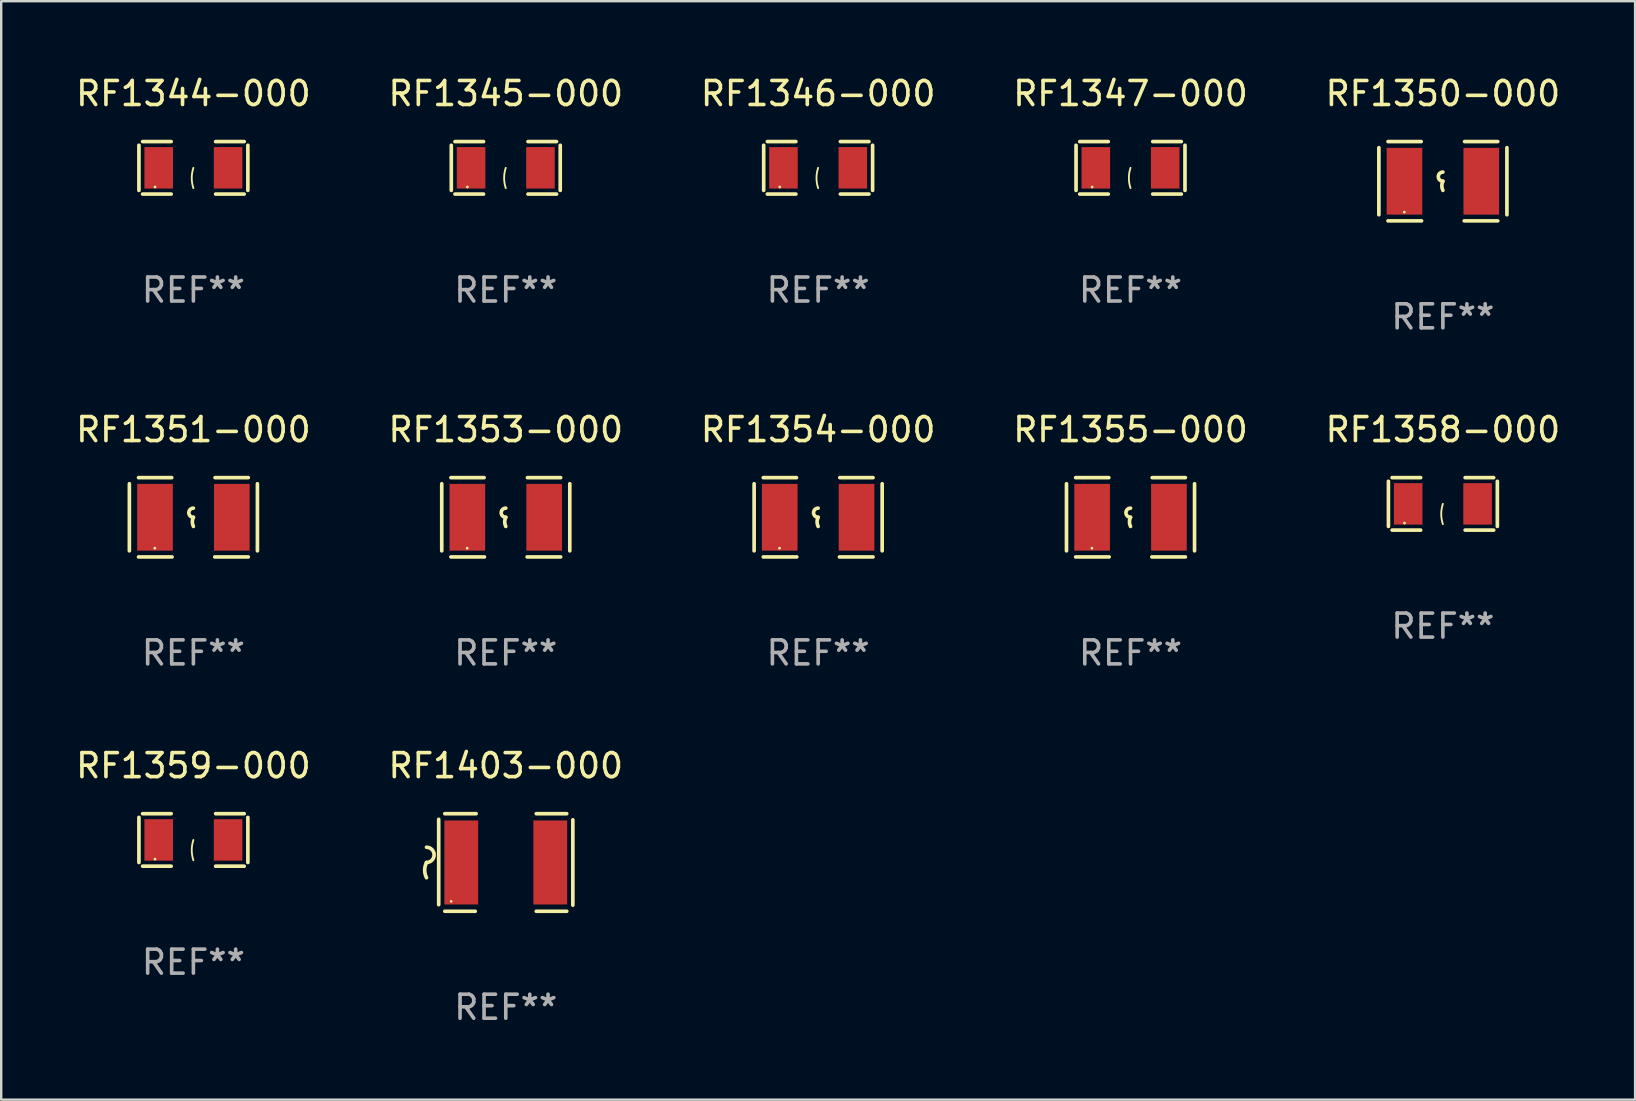
<source format=kicad_pcb>
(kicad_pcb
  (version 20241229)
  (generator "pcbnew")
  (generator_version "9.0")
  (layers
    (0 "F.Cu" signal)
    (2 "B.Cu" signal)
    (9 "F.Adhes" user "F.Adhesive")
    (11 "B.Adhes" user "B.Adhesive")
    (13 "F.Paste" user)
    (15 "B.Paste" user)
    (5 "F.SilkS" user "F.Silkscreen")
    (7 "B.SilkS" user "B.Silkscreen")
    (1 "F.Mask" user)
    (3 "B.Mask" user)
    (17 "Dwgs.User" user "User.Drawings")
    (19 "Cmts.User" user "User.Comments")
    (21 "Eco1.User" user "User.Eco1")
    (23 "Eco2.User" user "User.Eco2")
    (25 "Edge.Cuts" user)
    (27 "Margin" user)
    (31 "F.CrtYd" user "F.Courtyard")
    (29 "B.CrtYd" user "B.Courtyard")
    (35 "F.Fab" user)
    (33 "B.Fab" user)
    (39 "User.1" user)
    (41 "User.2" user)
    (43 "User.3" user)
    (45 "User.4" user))
  (footprint "RF1345-000"
    (layer "F.Cu")
    (at 18.018 3.941)
    (property "Reference" "RF1345-000" (at 0 -3.093 0) (layer "F.SilkS") (effects (font (size 1 1) (thickness 0.15))))
    (attr through_hole)
    (fp_line (start -2.269 -0.94) (end -2.269 0.94) (stroke (width 0.152) (type solid)) (layer "F.SilkS"))
    (fp_line (start -2.116 1.093) (end -0.926 1.093) (stroke (width 0.152) (type solid)) (layer "F.SilkS"))
    (fp_line (start -0.926 -1.093) (end -2.116 -1.093) (stroke (width 0.152) (type solid)) (layer "F.SilkS"))
    (fp_line (start 0.926 -1.093) (end 2.116 -1.093) (stroke (width 0.152) (type solid)) (layer "F.SilkS"))
    (fp_line (start 2.116 1.093) (end 0.926 1.093) (stroke (width 0.152) (type solid)) (layer "F.SilkS"))
    (fp_line (start 2.269 -0.94) (end 2.269 0.94) (stroke (width 0.152) (type solid)) (layer "F.SilkS"))
    (fp_arc (start 0 0.844951) (mid -0.068559 0.422475) (end 0 0) (stroke (width 0.0762) (type solid)) (layer "F.SilkS"))
    (fp_circle (center -1.6 0.8) (end -1.57 0.8) (stroke (width 0.06) (type solid)) (fill no) (layer "F.SilkS"))
    (fp_text user "REF**" (at 0 5.093 0) (layer "F.Fab") (effects (font (size 1 1) (thickness 0.15))))
    (pad "1" smd rect (at -1.445 0) (size 1.19 1.728) (layers "F.Cu" "F.Mask" "F.Paste"))
    (pad "2" smd rect (at 1.445 0) (size 1.19 1.728) (layers "F.Cu" "F.Mask" "F.Paste")))
  (footprint "RF1354-000"
    (layer "F.Cu")
    (at 31.03 18.498)
    (property "Reference" "RF1354-000" (at 0 -3.651 0) (layer "F.SilkS") (effects (font (size 1 1) (thickness 0.15))))
    (attr through_hole)
    (fp_line (start -2.667 -1.397) (end -2.667 1.397) (stroke (width 0.152) (type solid)) (layer "F.SilkS"))
    (fp_line (start -2.286 -1.651) (end -0.903 -1.651) (stroke (width 0.152) (type solid)) (layer "F.SilkS"))
    (fp_line (start -0.889 1.651) (end -2.286 1.651) (stroke (width 0.152) (type solid)) (layer "F.SilkS"))
    (fp_line (start 0.889 1.651) (end 2.286 1.651) (stroke (width 0.152) (type solid)) (layer "F.SilkS"))
    (fp_line (start 2.286 -1.651) (end 0.903 -1.651) (stroke (width 0.152) (type solid)) (layer "F.SilkS"))
    (fp_line (start 2.667 -1.397) (end 2.667 1.397) (stroke (width 0.152) (type solid)) (layer "F.SilkS"))
    (fp_arc (start 0 0) (mid -0.1905 -0.1905) (end 0 -0.381) (stroke (width 0.151994) (type solid)) (layer "F.SilkS"))
    (fp_arc (start 0 0.381001) (mid -0.044971 0.1905) (end 0 0) (stroke (width 0.151994) (type solid)) (layer "F.SilkS"))
    (fp_circle (center -1.608 1.288) (end -1.578 1.288) (stroke (width 0.06) (type solid)) (fill no) (layer "F.SilkS"))
    (fp_text user "REF**" (at 0 5.651 0) (layer "F.Fab") (effects (font (size 1 1) (thickness 0.15))))
    (pad "1" smd rect (at -1.6 0) (size 1.485 2.781) (layers "F.Cu" "F.Mask" "F.Paste"))
    (pad "2" smd rect (at 1.6 0) (size 1.485 2.781) (layers "F.Cu" "F.Mask" "F.Paste")))
  (footprint "RF1346-000"
    (layer "F.Cu")
    (at 31.03 3.941)
    (property "Reference" "RF1346-000" (at 0 -3.093 0) (layer "F.SilkS") (effects (font (size 1 1) (thickness 0.15))))
    (attr through_hole)
    (fp_line (start -2.269 -0.94) (end -2.269 0.94) (stroke (width 0.152) (type solid)) (layer "F.SilkS"))
    (fp_line (start -2.116 1.093) (end -0.926 1.093) (stroke (width 0.152) (type solid)) (layer "F.SilkS"))
    (fp_line (start -0.926 -1.093) (end -2.116 -1.093) (stroke (width 0.152) (type solid)) (layer "F.SilkS"))
    (fp_line (start 0.926 -1.093) (end 2.116 -1.093) (stroke (width 0.152) (type solid)) (layer "F.SilkS"))
    (fp_line (start 2.116 1.093) (end 0.926 1.093) (stroke (width 0.152) (type solid)) (layer "F.SilkS"))
    (fp_line (start 2.269 -0.94) (end 2.269 0.94) (stroke (width 0.152) (type solid)) (layer "F.SilkS"))
    (fp_arc (start 0 0.844951) (mid -0.068559 0.422475) (end 0 0) (stroke (width 0.0762) (type solid)) (layer "F.SilkS"))
    (fp_circle (center -1.6 0.8) (end -1.57 0.8) (stroke (width 0.06) (type solid)) (fill no) (layer "F.SilkS"))
    (fp_text user "REF**" (at 0 5.093 0) (layer "F.Fab") (effects (font (size 1 1) (thickness 0.15))))
    (pad "1" smd rect (at -1.445 0) (size 1.19 1.728) (layers "F.Cu" "F.Mask" "F.Paste"))
    (pad "2" smd rect (at 1.445 0) (size 1.19 1.728) (layers "F.Cu" "F.Mask" "F.Paste")))
  (footprint "RF1344-000"
    (layer "F.Cu")
    (at 5.006 3.941)
    (property "Reference" "RF1344-000" (at 0 -3.093 0) (layer "F.SilkS") (effects (font (size 1 1) (thickness 0.15))))
    (attr through_hole)
    (fp_line (start -2.269 -0.94) (end -2.269 0.94) (stroke (width 0.152) (type solid)) (layer "F.SilkS"))
    (fp_line (start -2.116 1.093) (end -0.926 1.093) (stroke (width 0.152) (type solid)) (layer "F.SilkS"))
    (fp_line (start -0.926 -1.093) (end -2.116 -1.093) (stroke (width 0.152) (type solid)) (layer "F.SilkS"))
    (fp_line (start 0.926 -1.093) (end 2.116 -1.093) (stroke (width 0.152) (type solid)) (layer "F.SilkS"))
    (fp_line (start 2.116 1.093) (end 0.926 1.093) (stroke (width 0.152) (type solid)) (layer "F.SilkS"))
    (fp_line (start 2.269 -0.94) (end 2.269 0.94) (stroke (width 0.152) (type solid)) (layer "F.SilkS"))
    (fp_arc (start 0 0.844951) (mid -0.068559 0.422475) (end 0 0) (stroke (width 0.0762) (type solid)) (layer "F.SilkS"))
    (fp_circle (center -1.6 0.8) (end -1.57 0.8) (stroke (width 0.06) (type solid)) (fill no) (layer "F.SilkS"))
    (fp_text user "REF**" (at 0 5.093 0) (layer "F.Fab") (effects (font (size 1 1) (thickness 0.15))))
    (pad "1" smd rect (at -1.445 0) (size 1.19 1.728) (layers "F.Cu" "F.Mask" "F.Paste"))
    (pad "2" smd rect (at 1.445 0) (size 1.19 1.728) (layers "F.Cu" "F.Mask" "F.Paste")))
  (footprint "RF1350-000"
    (layer "F.Cu")
    (at 57.054 4.499)
    (property "Reference" "RF1350-000" (at 0 -3.651 0) (layer "F.SilkS") (effects (font (size 1 1) (thickness 0.15))))
    (attr through_hole)
    (fp_line (start -2.667 -1.397) (end -2.667 1.397) (stroke (width 0.152) (type solid)) (layer "F.SilkS"))
    (fp_line (start -2.286 -1.651) (end -0.903 -1.651) (stroke (width 0.152) (type solid)) (layer "F.SilkS"))
    (fp_line (start -0.889 1.651) (end -2.286 1.651) (stroke (width 0.152) (type solid)) (layer "F.SilkS"))
    (fp_line (start 0.889 1.651) (end 2.286 1.651) (stroke (width 0.152) (type solid)) (layer "F.SilkS"))
    (fp_line (start 2.286 -1.651) (end 0.903 -1.651) (stroke (width 0.152) (type solid)) (layer "F.SilkS"))
    (fp_line (start 2.667 -1.397) (end 2.667 1.397) (stroke (width 0.152) (type solid)) (layer "F.SilkS"))
    (fp_arc (start 0 0) (mid -0.1905 -0.1905) (end 0 -0.381) (stroke (width 0.151994) (type solid)) (layer "F.SilkS"))
    (fp_arc (start 0 0.381001) (mid -0.044971 0.1905) (end 0 0) (stroke (width 0.151994) (type solid)) (layer "F.SilkS"))
    (fp_circle (center -1.608 1.288) (end -1.578 1.288) (stroke (width 0.06) (type solid)) (fill no) (layer "F.SilkS"))
    (fp_text user "REF**" (at 0 5.651 0) (layer "F.Fab") (effects (font (size 1 1) (thickness 0.15))))
    (pad "1" smd rect (at -1.6 0) (size 1.485 2.781) (layers "F.Cu" "F.Mask" "F.Paste"))
    (pad "2" smd rect (at 1.6 0) (size 1.485 2.781) (layers "F.Cu" "F.Mask" "F.Paste")))
  (footprint "RF1351-000"
    (layer "F.Cu")
    (at 5.006 18.498)
    (property "Reference" "RF1351-000" (at 0 -3.651 0) (layer "F.SilkS") (effects (font (size 1 1) (thickness 0.15))))
    (attr through_hole)
    (fp_line (start -2.667 -1.397) (end -2.667 1.397) (stroke (width 0.152) (type solid)) (layer "F.SilkS"))
    (fp_line (start -2.286 -1.651) (end -0.903 -1.651) (stroke (width 0.152) (type solid)) (layer "F.SilkS"))
    (fp_line (start -0.889 1.651) (end -2.286 1.651) (stroke (width 0.152) (type solid)) (layer "F.SilkS"))
    (fp_line (start 0.889 1.651) (end 2.286 1.651) (stroke (width 0.152) (type solid)) (layer "F.SilkS"))
    (fp_line (start 2.286 -1.651) (end 0.903 -1.651) (stroke (width 0.152) (type solid)) (layer "F.SilkS"))
    (fp_line (start 2.667 -1.397) (end 2.667 1.397) (stroke (width 0.152) (type solid)) (layer "F.SilkS"))
    (fp_arc (start 0 0) (mid -0.1905 -0.1905) (end 0 -0.381) (stroke (width 0.151994) (type solid)) (layer "F.SilkS"))
    (fp_arc (start 0 0.381001) (mid -0.044971 0.1905) (end 0 0) (stroke (width 0.151994) (type solid)) (layer "F.SilkS"))
    (fp_circle (center -1.608 1.288) (end -1.578 1.288) (stroke (width 0.06) (type solid)) (fill no) (layer "F.SilkS"))
    (fp_text user "REF**" (at 0 5.651 0) (layer "F.Fab") (effects (font (size 1 1) (thickness 0.15))))
    (pad "1" smd rect (at -1.6 0) (size 1.485 2.781) (layers "F.Cu" "F.Mask" "F.Paste"))
    (pad "2" smd rect (at 1.6 0) (size 1.485 2.781) (layers "F.Cu" "F.Mask" "F.Paste")))
  (footprint "RF1347-000"
    (layer "F.Cu")
    (at 44.042 3.941)
    (property "Reference" "RF1347-000" (at 0 -3.093 0) (layer "F.SilkS") (effects (font (size 1 1) (thickness 0.15))))
    (attr through_hole)
    (fp_line (start -2.269 -0.94) (end -2.269 0.94) (stroke (width 0.152) (type solid)) (layer "F.SilkS"))
    (fp_line (start -2.116 1.093) (end -0.926 1.093) (stroke (width 0.152) (type solid)) (layer "F.SilkS"))
    (fp_line (start -0.926 -1.093) (end -2.116 -1.093) (stroke (width 0.152) (type solid)) (layer "F.SilkS"))
    (fp_line (start 0.926 -1.093) (end 2.116 -1.093) (stroke (width 0.152) (type solid)) (layer "F.SilkS"))
    (fp_line (start 2.116 1.093) (end 0.926 1.093) (stroke (width 0.152) (type solid)) (layer "F.SilkS"))
    (fp_line (start 2.269 -0.94) (end 2.269 0.94) (stroke (width 0.152) (type solid)) (layer "F.SilkS"))
    (fp_arc (start 0 0.844951) (mid -0.068559 0.422475) (end 0 0) (stroke (width 0.0762) (type solid)) (layer "F.SilkS"))
    (fp_circle (center -1.6 0.8) (end -1.57 0.8) (stroke (width 0.06) (type solid)) (fill no) (layer "F.SilkS"))
    (fp_text user "REF**" (at 0 5.093 0) (layer "F.Fab") (effects (font (size 1 1) (thickness 0.15))))
    (pad "1" smd rect (at -1.445 0) (size 1.19 1.728) (layers "F.Cu" "F.Mask" "F.Paste"))
    (pad "2" smd rect (at 1.445 0) (size 1.19 1.728) (layers "F.Cu" "F.Mask" "F.Paste")))
  (footprint "RF1359-000"
    (layer "F.Cu")
    (at 5.006 31.938)
    (property "Reference" "RF1359-000" (at 0 -3.093 0) (layer "F.SilkS") (effects (font (size 1 1) (thickness 0.15))))
    (attr through_hole)
    (fp_line (start -2.269 -0.94) (end -2.269 0.94) (stroke (width 0.152) (type solid)) (layer "F.SilkS"))
    (fp_line (start -2.116 1.093) (end -0.926 1.093) (stroke (width 0.152) (type solid)) (layer "F.SilkS"))
    (fp_line (start -0.926 -1.093) (end -2.116 -1.093) (stroke (width 0.152) (type solid)) (layer "F.SilkS"))
    (fp_line (start 0.926 -1.093) (end 2.116 -1.093) (stroke (width 0.152) (type solid)) (layer "F.SilkS"))
    (fp_line (start 2.116 1.093) (end 0.926 1.093) (stroke (width 0.152) (type solid)) (layer "F.SilkS"))
    (fp_line (start 2.269 -0.94) (end 2.269 0.94) (stroke (width 0.152) (type solid)) (layer "F.SilkS"))
    (fp_arc (start 0 0.844951) (mid -0.068559 0.422475) (end 0 0) (stroke (width 0.0762) (type solid)) (layer "F.SilkS"))
    (fp_circle (center -1.6 0.8) (end -1.57 0.8) (stroke (width 0.06) (type solid)) (fill no) (layer "F.SilkS"))
    (fp_text user "REF**" (at 0 5.093 0) (layer "F.Fab") (effects (font (size 1 1) (thickness 0.15))))
    (pad "1" smd rect (at -1.445 0) (size 1.19 1.728) (layers "F.Cu" "F.Mask" "F.Paste"))
    (pad "2" smd rect (at 1.445 0) (size 1.19 1.728) (layers "F.Cu" "F.Mask" "F.Paste")))
  (footprint "RF1353-000"
    (layer "F.Cu")
    (at 18.018 18.498)
    (property "Reference" "RF1353-000" (at 0 -3.651 0) (layer "F.SilkS") (effects (font (size 1 1) (thickness 0.15))))
    (attr through_hole)
    (fp_line (start -2.667 -1.397) (end -2.667 1.397) (stroke (width 0.152) (type solid)) (layer "F.SilkS"))
    (fp_line (start -2.286 -1.651) (end -0.903 -1.651) (stroke (width 0.152) (type solid)) (layer "F.SilkS"))
    (fp_line (start -0.889 1.651) (end -2.286 1.651) (stroke (width 0.152) (type solid)) (layer "F.SilkS"))
    (fp_line (start 0.889 1.651) (end 2.286 1.651) (stroke (width 0.152) (type solid)) (layer "F.SilkS"))
    (fp_line (start 2.286 -1.651) (end 0.903 -1.651) (stroke (width 0.152) (type solid)) (layer "F.SilkS"))
    (fp_line (start 2.667 -1.397) (end 2.667 1.397) (stroke (width 0.152) (type solid)) (layer "F.SilkS"))
    (fp_arc (start 0 0) (mid -0.1905 -0.1905) (end 0 -0.381) (stroke (width 0.151994) (type solid)) (layer "F.SilkS"))
    (fp_arc (start 0 0.381001) (mid -0.044971 0.1905) (end 0 0) (stroke (width 0.151994) (type solid)) (layer "F.SilkS"))
    (fp_circle (center -1.608 1.288) (end -1.578 1.288) (stroke (width 0.06) (type solid)) (fill no) (layer "F.SilkS"))
    (fp_text user "REF**" (at 0 5.651 0) (layer "F.Fab") (effects (font (size 1 1) (thickness 0.15))))
    (pad "1" smd rect (at -1.6 0) (size 1.485 2.781) (layers "F.Cu" "F.Mask" "F.Paste"))
    (pad "2" smd rect (at 1.6 0) (size 1.485 2.781) (layers "F.Cu" "F.Mask" "F.Paste")))
  (footprint "RF1355-000"
    (layer "F.Cu")
    (at 44.042 18.498)
    (property "Reference" "RF1355-000" (at 0 -3.651 0) (layer "F.SilkS") (effects (font (size 1 1) (thickness 0.15))))
    (attr through_hole)
    (fp_line (start -2.667 -1.397) (end -2.667 1.397) (stroke (width 0.152) (type solid)) (layer "F.SilkS"))
    (fp_line (start -2.286 -1.651) (end -0.903 -1.651) (stroke (width 0.152) (type solid)) (layer "F.SilkS"))
    (fp_line (start -0.889 1.651) (end -2.286 1.651) (stroke (width 0.152) (type solid)) (layer "F.SilkS"))
    (fp_line (start 0.889 1.651) (end 2.286 1.651) (stroke (width 0.152) (type solid)) (layer "F.SilkS"))
    (fp_line (start 2.286 -1.651) (end 0.903 -1.651) (stroke (width 0.152) (type solid)) (layer "F.SilkS"))
    (fp_line (start 2.667 -1.397) (end 2.667 1.397) (stroke (width 0.152) (type solid)) (layer "F.SilkS"))
    (fp_arc (start 0 0) (mid -0.1905 -0.1905) (end 0 -0.381) (stroke (width 0.151994) (type solid)) (layer "F.SilkS"))
    (fp_arc (start 0 0.381001) (mid -0.044971 0.1905) (end 0 0) (stroke (width 0.151994) (type solid)) (layer "F.SilkS"))
    (fp_circle (center -1.608 1.288) (end -1.578 1.288) (stroke (width 0.06) (type solid)) (fill no) (layer "F.SilkS"))
    (fp_text user "REF**" (at 0 5.651 0) (layer "F.Fab") (effects (font (size 1 1) (thickness 0.15))))
    (pad "1" smd rect (at -1.6 0) (size 1.485 2.781) (layers "F.Cu" "F.Mask" "F.Paste"))
    (pad "2" smd rect (at 1.6 0) (size 1.485 2.781) (layers "F.Cu" "F.Mask" "F.Paste")))
  (footprint "RF1358-000"
    (layer "F.Cu")
    (at 57.054 17.939)
    (property "Reference" "RF1358-000" (at 0 -3.093 0) (layer "F.SilkS") (effects (font (size 1 1) (thickness 0.15))))
    (attr through_hole)
    (fp_line (start -2.269 -0.94) (end -2.269 0.94) (stroke (width 0.152) (type solid)) (layer "F.SilkS"))
    (fp_line (start -2.116 1.093) (end -0.926 1.093) (stroke (width 0.152) (type solid)) (layer "F.SilkS"))
    (fp_line (start -0.926 -1.093) (end -2.116 -1.093) (stroke (width 0.152) (type solid)) (layer "F.SilkS"))
    (fp_line (start 0.926 -1.093) (end 2.116 -1.093) (stroke (width 0.152) (type solid)) (layer "F.SilkS"))
    (fp_line (start 2.116 1.093) (end 0.926 1.093) (stroke (width 0.152) (type solid)) (layer "F.SilkS"))
    (fp_line (start 2.269 -0.94) (end 2.269 0.94) (stroke (width 0.152) (type solid)) (layer "F.SilkS"))
    (fp_arc (start 0 0.844951) (mid -0.068559 0.422475) (end 0 0) (stroke (width 0.0762) (type solid)) (layer "F.SilkS"))
    (fp_circle (center -1.6 0.8) (end -1.57 0.8) (stroke (width 0.06) (type solid)) (fill no) (layer "F.SilkS"))
    (fp_text user "REF**" (at 0 5.093 0) (layer "F.Fab") (effects (font (size 1 1) (thickness 0.15))))
    (pad "1" smd rect (at -1.445 0) (size 1.19 1.728) (layers "F.Cu" "F.Mask" "F.Paste"))
    (pad "2" smd rect (at 1.445 0) (size 1.19 1.728) (layers "F.Cu" "F.Mask" "F.Paste")))
  (footprint "RF1403-000"
    (layer "F.Cu")
    (at 18.018 32.877)
    (property "Reference" "RF1403-000" (at 0 -4.032 0) (layer "F.SilkS") (effects (font (size 1 1) (thickness 0.15))))
    (attr through_hole)
    (fp_line (start -2.794 -1.798) (end -2.794 1.758) (stroke (width 0.152) (type solid)) (layer "F.SilkS"))
    (fp_line (start -2.54 -2.032) (end -1.235 -2.032) (stroke (width 0.152) (type solid)) (layer "F.SilkS"))
    (fp_line (start -1.27 2.032) (end -2.54 2.032) (stroke (width 0.152) (type solid)) (layer "F.SilkS"))
    (fp_line (start 1.27 2.032) (end 2.54 2.032) (stroke (width 0.152) (type solid)) (layer "F.SilkS"))
    (fp_line (start 2.54 -2.032) (end 1.27 -2.032) (stroke (width 0.152) (type solid)) (layer "F.SilkS"))
    (fp_line (start 2.794 -1.778) (end 2.794 1.778) (stroke (width 0.152) (type solid)) (layer "F.SilkS"))
    (fp_arc (start -3.302007 -0.635002) (mid -2.984506 -0.317501) (end -3.302007 0) (stroke (width 0.151994) (type solid)) (layer "F.SilkS"))
    (fp_arc (start -3.302007 0.635002) (mid -3.376959 0.317501) (end -3.302007 0) (stroke (width 0.151994) (type solid)) (layer "F.SilkS"))
    (fp_circle (center -2.275 1.62) (end -2.245 1.62) (stroke (width 0.06) (type solid)) (fill no) (layer "F.SilkS"))
    (fp_text user "REF**" (at 0 6.032 0) (layer "F.Fab") (effects (font (size 1 1) (thickness 0.15))))
    (pad "1" smd rect (at -1.853 0) (size 1.407 3.499) (layers "F.Cu" "F.Mask" "F.Paste"))
    (pad "2" smd rect (at 1.853 0) (size 1.407 3.499) (layers "F.Cu" "F.Mask" "F.Paste")))
  (gr_rect
    (start -3 -3)
    (end 65.06 42.758)
    (stroke (width 0.1) (type default))
    (fill no)
    (layer "Edge.Cuts")))
</source>
